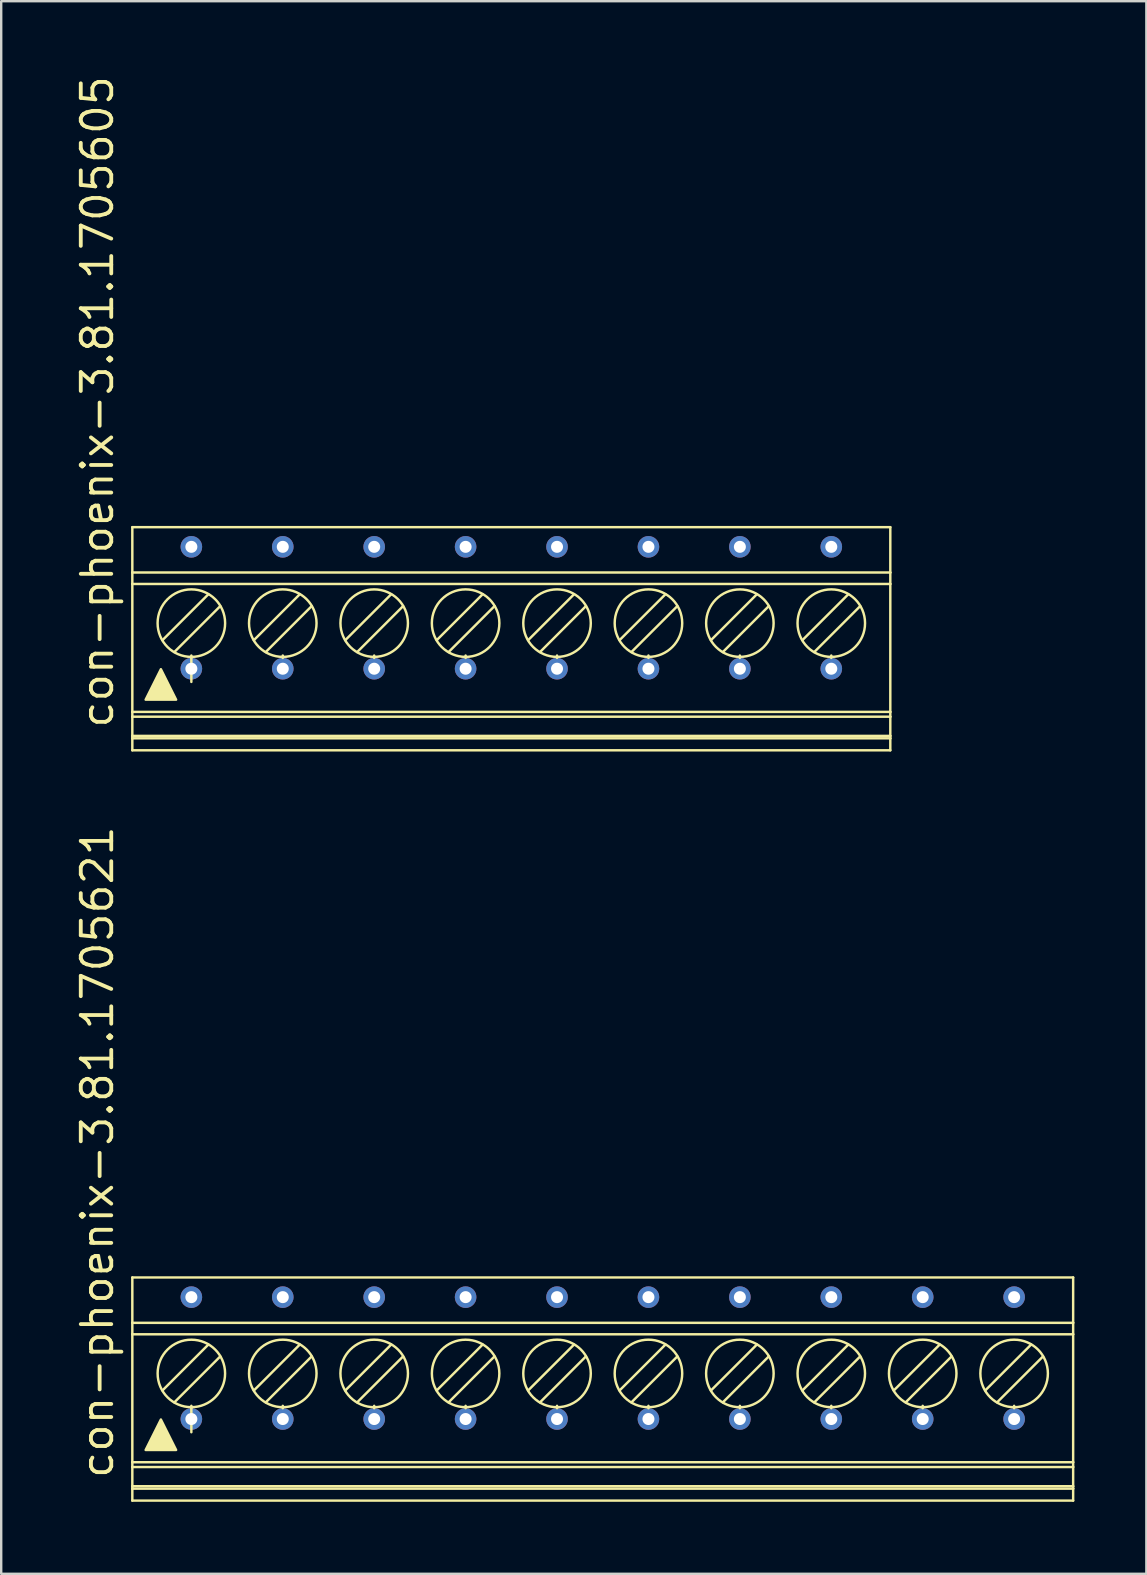
<source format=kicad_pcb>
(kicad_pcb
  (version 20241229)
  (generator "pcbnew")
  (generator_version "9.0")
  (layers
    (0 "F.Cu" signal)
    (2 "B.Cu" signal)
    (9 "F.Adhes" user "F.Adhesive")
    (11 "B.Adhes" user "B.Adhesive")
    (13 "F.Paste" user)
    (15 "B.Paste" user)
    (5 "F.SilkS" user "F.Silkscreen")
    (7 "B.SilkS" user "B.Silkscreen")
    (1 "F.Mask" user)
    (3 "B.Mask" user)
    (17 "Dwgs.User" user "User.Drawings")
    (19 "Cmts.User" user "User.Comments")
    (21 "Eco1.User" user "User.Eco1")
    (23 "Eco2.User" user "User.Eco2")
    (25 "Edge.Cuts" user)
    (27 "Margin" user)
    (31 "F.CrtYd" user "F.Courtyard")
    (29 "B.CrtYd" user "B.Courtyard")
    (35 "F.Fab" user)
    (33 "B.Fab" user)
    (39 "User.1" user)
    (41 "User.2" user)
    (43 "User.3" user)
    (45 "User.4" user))
  (footprint "con-phoenix-3.81.1705605"
    (layer "F.Cu")
    (at 18.26 23.57)
    (property "Reference" "con-phoenix-3.81.1705605" (at -16.51 3.81 90) (layer "F.SilkS") (effects (font (size 1.27 1.27) (thickness 0.16)) (justify left bottom)))
    (attr through_hole)
    (fp_line (start -15.795 -2.76) (end -15.795 -4.65) (stroke (width 0.102) (type default)) (layer "F.SilkS"))
    (fp_line (start -15.795 -2.282) (end -15.795 -2.76) (stroke (width 0.102) (type default)) (layer "F.SilkS"))
    (fp_line (start -15.795 3.05) (end -15.795 -2.282) (stroke (width 0.102) (type default)) (layer "F.SilkS"))
    (fp_line (start -15.795 3.25) (end -15.795 3.05) (stroke (width 0.102) (type default)) (layer "F.SilkS"))
    (fp_line (start -15.795 4.05) (end -15.795 3.25) (stroke (width 0.102) (type default)) (layer "F.SilkS"))
    (fp_line (start -15.795 4.15) (end -15.795 4.05) (stroke (width 0.102) (type default)) (layer "F.SilkS"))
    (fp_line (start -15.795 4.15) (end 15.795 4.15) (stroke (width 0.102) (type default)) (layer "F.SilkS"))
    (fp_line (start -15.795 4.65) (end -15.795 4.15) (stroke (width 0.102) (type default)) (layer "F.SilkS"))
    (fp_line (start -14.046 0.556) (end -12.129 -1.361) (stroke (width 0.102) (type default)) (layer "F.SilkS"))
    (fp_line (start -13.335 0.75) (end -13.335 0.7) (stroke (width 0.102) (type default)) (layer "F.SilkS"))
    (fp_line (start -13.335 0.8) (end -13.335 0.75) (stroke (width 0.102) (type default)) (layer "F.SilkS"))
    (fp_line (start -13.335 0.8) (end -13.335 1.8) (stroke (width 0.102) (type default)) (layer "F.SilkS"))
    (fp_line (start -12.624 -1.856) (end -14.541 0.061) (stroke (width 0.102) (type default)) (layer "F.SilkS"))
    (fp_line (start -10.236 0.556) (end -8.319 -1.361) (stroke (width 0.102) (type default)) (layer "F.SilkS"))
    (fp_line (start -9.525 0.75) (end -9.525 0.7) (stroke (width 0.102) (type default)) (layer "F.SilkS"))
    (fp_line (start -9.525 0.8) (end -9.525 0.75) (stroke (width 0.102) (type default)) (layer "F.SilkS"))
    (fp_line (start -8.814 -1.856) (end -10.731 0.061) (stroke (width 0.102) (type default)) (layer "F.SilkS"))
    (fp_line (start -6.426 0.556) (end -4.509 -1.361) (stroke (width 0.102) (type default)) (layer "F.SilkS"))
    (fp_line (start -5.715 0.75) (end -5.715 0.7) (stroke (width 0.102) (type default)) (layer "F.SilkS"))
    (fp_line (start -5.715 0.8) (end -5.715 0.75) (stroke (width 0.102) (type default)) (layer "F.SilkS"))
    (fp_line (start -5.004 -1.856) (end -6.921 0.061) (stroke (width 0.102) (type default)) (layer "F.SilkS"))
    (fp_line (start -2.616 0.556) (end -0.699 -1.361) (stroke (width 0.102) (type default)) (layer "F.SilkS"))
    (fp_line (start -1.905 0.75) (end -1.905 0.7) (stroke (width 0.102) (type default)) (layer "F.SilkS"))
    (fp_line (start -1.905 0.8) (end -1.905 0.75) (stroke (width 0.102) (type default)) (layer "F.SilkS"))
    (fp_line (start -1.194 -1.856) (end -3.111 0.061) (stroke (width 0.102) (type default)) (layer "F.SilkS"))
    (fp_line (start 1.194 0.556) (end 3.111 -1.361) (stroke (width 0.102) (type default)) (layer "F.SilkS"))
    (fp_line (start 1.905 0.75) (end 1.905 0.7) (stroke (width 0.102) (type default)) (layer "F.SilkS"))
    (fp_line (start 1.905 0.8) (end 1.905 0.75) (stroke (width 0.102) (type default)) (layer "F.SilkS"))
    (fp_line (start 2.616 -1.856) (end 0.699 0.061) (stroke (width 0.102) (type default)) (layer "F.SilkS"))
    (fp_line (start 5.004 0.556) (end 6.921 -1.361) (stroke (width 0.102) (type default)) (layer "F.SilkS"))
    (fp_line (start 5.715 0.75) (end 5.715 0.7) (stroke (width 0.102) (type default)) (layer "F.SilkS"))
    (fp_line (start 5.715 0.8) (end 5.715 0.75) (stroke (width 0.102) (type default)) (layer "F.SilkS"))
    (fp_line (start 6.426 -1.856) (end 4.509 0.061) (stroke (width 0.102) (type default)) (layer "F.SilkS"))
    (fp_line (start 8.814 0.556) (end 10.731 -1.361) (stroke (width 0.102) (type default)) (layer "F.SilkS"))
    (fp_line (start 9.525 0.75) (end 9.525 0.7) (stroke (width 0.102) (type default)) (layer "F.SilkS"))
    (fp_line (start 9.525 0.8) (end 9.525 0.75) (stroke (width 0.102) (type default)) (layer "F.SilkS"))
    (fp_line (start 10.236 -1.856) (end 8.319 0.061) (stroke (width 0.102) (type default)) (layer "F.SilkS"))
    (fp_line (start 12.624 0.556) (end 14.541 -1.361) (stroke (width 0.102) (type default)) (layer "F.SilkS"))
    (fp_line (start 13.335 0.75) (end 13.335 0.7) (stroke (width 0.102) (type default)) (layer "F.SilkS"))
    (fp_line (start 13.335 0.8) (end 13.335 0.75) (stroke (width 0.102) (type default)) (layer "F.SilkS"))
    (fp_line (start 14.046 -1.856) (end 12.129 0.061) (stroke (width 0.102) (type default)) (layer "F.SilkS"))
    (fp_line (start 15.795 -4.65) (end -15.795 -4.65) (stroke (width 0.102) (type default)) (layer "F.SilkS"))
    (fp_line (start 15.795 -2.76) (end -15.795 -2.76) (stroke (width 0.102) (type default)) (layer "F.SilkS"))
    (fp_line (start 15.795 -2.76) (end 15.795 -4.65) (stroke (width 0.102) (type default)) (layer "F.SilkS"))
    (fp_line (start 15.795 -2.76) (end 15.795 -2.282) (stroke (width 0.102) (type default)) (layer "F.SilkS"))
    (fp_line (start 15.795 -2.282) (end -15.795 -2.282) (stroke (width 0.102) (type default)) (layer "F.SilkS"))
    (fp_line (start 15.795 -2.282) (end 15.795 3.05) (stroke (width 0.102) (type default)) (layer "F.SilkS"))
    (fp_line (start 15.795 3.05) (end -15.795 3.05) (stroke (width 0.102) (type default)) (layer "F.SilkS"))
    (fp_line (start 15.795 3.25) (end -15.795 3.25) (stroke (width 0.102) (type default)) (layer "F.SilkS"))
    (fp_line (start 15.795 3.25) (end 15.795 3.05) (stroke (width 0.102) (type default)) (layer "F.SilkS"))
    (fp_line (start 15.795 4.05) (end -15.795 4.05) (stroke (width 0.102) (type default)) (layer "F.SilkS"))
    (fp_line (start 15.795 4.05) (end 15.795 3.25) (stroke (width 0.102) (type default)) (layer "F.SilkS"))
    (fp_line (start 15.795 4.15) (end 15.795 4.05) (stroke (width 0.102) (type default)) (layer "F.SilkS"))
    (fp_line (start 15.795 4.65) (end -15.795 4.65) (stroke (width 0.102) (type default)) (layer "F.SilkS"))
    (fp_line (start 15.795 4.65) (end 15.795 4.15) (stroke (width 0.102) (type default)) (layer "F.SilkS"))
    (fp_circle (center -13.335 -0.65) (end -11.928 -0.65) (stroke (width 0.102) (type default)) (fill no) (layer "F.SilkS"))
    (fp_circle (center -9.525 -0.65) (end -8.118 -0.65) (stroke (width 0.102) (type default)) (fill no) (layer "F.SilkS"))
    (fp_circle (center -5.715 -0.65) (end -4.309 -0.65) (stroke (width 0.102) (type default)) (fill no) (layer "F.SilkS"))
    (fp_circle (center -1.905 -0.65) (end -0.498 -0.65) (stroke (width 0.102) (type default)) (fill no) (layer "F.SilkS"))
    (fp_circle (center 1.905 -0.65) (end 3.312 -0.65) (stroke (width 0.102) (type default)) (fill no) (layer "F.SilkS"))
    (fp_circle (center 5.715 -0.65) (end 7.122 -0.65) (stroke (width 0.102) (type default)) (fill no) (layer "F.SilkS"))
    (fp_circle (center 9.525 -0.65) (end 10.931 -0.65) (stroke (width 0.102) (type default)) (fill no) (layer "F.SilkS"))
    (fp_circle (center 13.335 -0.65) (end 14.742 -0.65) (stroke (width 0.102) (type default)) (fill no) (layer "F.SilkS"))
    (fp_poly (pts (xy -14.605 1.27) (xy -13.97 2.54) (xy -15.24 2.54)) (stroke (width 0.102) (type default)) (fill yes) (layer "F.SilkS"))
    (pad "1.1" thru_hole circle (at -13.335 1.25 90) (size 0.9 0.9) (drill 0.5) (layers "*.Cu" "*.Mask"))
    (pad "1.2" thru_hole circle (at -13.335 -3.83 90) (size 0.9 0.9) (drill 0.5) (layers "*.Cu" "*.Mask"))
    (pad "2.1" thru_hole circle (at -9.525 1.25 90) (size 0.9 0.9) (drill 0.5) (layers "*.Cu" "*.Mask"))
    (pad "2.2" thru_hole circle (at -9.525 -3.83 90) (size 0.9 0.9) (drill 0.5) (layers "*.Cu" "*.Mask"))
    (pad "3.1" thru_hole circle (at -5.715 1.25 90) (size 0.9 0.9) (drill 0.5) (layers "*.Cu" "*.Mask"))
    (pad "3.2" thru_hole circle (at -5.715 -3.83 90) (size 0.9 0.9) (drill 0.5) (layers "*.Cu" "*.Mask"))
    (pad "4.1" thru_hole circle (at -1.905 1.25 90) (size 0.9 0.9) (drill 0.5) (layers "*.Cu" "*.Mask"))
    (pad "4.2" thru_hole circle (at -1.905 -3.83 90) (size 0.9 0.9) (drill 0.5) (layers "*.Cu" "*.Mask"))
    (pad "5.1" thru_hole circle (at 1.905 1.25 90) (size 0.9 0.9) (drill 0.5) (layers "*.Cu" "*.Mask"))
    (pad "5.2" thru_hole circle (at 1.905 -3.83 90) (size 0.9 0.9) (drill 0.5) (layers "*.Cu" "*.Mask"))
    (pad "6.1" thru_hole circle (at 5.715 1.25 90) (size 0.9 0.9) (drill 0.5) (layers "*.Cu" "*.Mask"))
    (pad "6.2" thru_hole circle (at 5.715 -3.83 90) (size 0.9 0.9) (drill 0.5) (layers "*.Cu" "*.Mask"))
    (pad "7.1" thru_hole circle (at 9.525 1.25 90) (size 0.9 0.9) (drill 0.5) (layers "*.Cu" "*.Mask"))
    (pad "7.2" thru_hole circle (at 9.525 -3.83 90) (size 0.9 0.9) (drill 0.5) (layers "*.Cu" "*.Mask"))
    (pad "8.1" thru_hole circle (at 13.335 1.25 90) (size 0.9 0.9) (drill 0.5) (layers "*.Cu" "*.Mask"))
    (pad "8.2" thru_hole circle (at 13.335 -3.83 90) (size 0.9 0.9) (drill 0.5) (layers "*.Cu" "*.Mask")))
  (footprint "con-phoenix-3.81.1705621"
    (layer "F.Cu")
    (at 22.07 54.84)
    (property "Reference" "con-phoenix-3.81.1705621" (at -20.32 3.81 90) (layer "F.SilkS") (effects (font (size 1.27 1.27) (thickness 0.16)) (justify left bottom)))
    (attr through_hole)
    (fp_line (start -19.605 -2.76) (end -19.605 -4.65) (stroke (width 0.102) (type default)) (layer "F.SilkS"))
    (fp_line (start -19.605 -2.282) (end -19.605 -2.76) (stroke (width 0.102) (type default)) (layer "F.SilkS"))
    (fp_line (start -19.605 3.05) (end -19.605 -2.282) (stroke (width 0.102) (type default)) (layer "F.SilkS"))
    (fp_line (start -19.605 3.25) (end -19.605 3.05) (stroke (width 0.102) (type default)) (layer "F.SilkS"))
    (fp_line (start -19.605 4.05) (end -19.605 3.25) (stroke (width 0.102) (type default)) (layer "F.SilkS"))
    (fp_line (start -19.605 4.15) (end -19.605 4.05) (stroke (width 0.102) (type default)) (layer "F.SilkS"))
    (fp_line (start -19.605 4.15) (end 19.605 4.15) (stroke (width 0.102) (type default)) (layer "F.SilkS"))
    (fp_line (start -19.605 4.65) (end -19.605 4.15) (stroke (width 0.102) (type default)) (layer "F.SilkS"))
    (fp_line (start -17.856 0.556) (end -15.939 -1.361) (stroke (width 0.102) (type default)) (layer "F.SilkS"))
    (fp_line (start -17.145 0.75) (end -17.145 0.7) (stroke (width 0.102) (type default)) (layer "F.SilkS"))
    (fp_line (start -17.145 0.8) (end -17.145 0.75) (stroke (width 0.102) (type default)) (layer "F.SilkS"))
    (fp_line (start -17.145 0.8) (end -17.145 1.8) (stroke (width 0.102) (type default)) (layer "F.SilkS"))
    (fp_line (start -16.434 -1.856) (end -18.351 0.061) (stroke (width 0.102) (type default)) (layer "F.SilkS"))
    (fp_line (start -14.046 0.556) (end -12.129 -1.361) (stroke (width 0.102) (type default)) (layer "F.SilkS"))
    (fp_line (start -13.335 0.75) (end -13.335 0.7) (stroke (width 0.102) (type default)) (layer "F.SilkS"))
    (fp_line (start -13.335 0.8) (end -13.335 0.75) (stroke (width 0.102) (type default)) (layer "F.SilkS"))
    (fp_line (start -12.624 -1.856) (end -14.541 0.061) (stroke (width 0.102) (type default)) (layer "F.SilkS"))
    (fp_line (start -10.236 0.556) (end -8.319 -1.361) (stroke (width 0.102) (type default)) (layer "F.SilkS"))
    (fp_line (start -9.525 0.75) (end -9.525 0.7) (stroke (width 0.102) (type default)) (layer "F.SilkS"))
    (fp_line (start -9.525 0.8) (end -9.525 0.75) (stroke (width 0.102) (type default)) (layer "F.SilkS"))
    (fp_line (start -8.814 -1.856) (end -10.731 0.061) (stroke (width 0.102) (type default)) (layer "F.SilkS"))
    (fp_line (start -6.426 0.556) (end -4.509 -1.361) (stroke (width 0.102) (type default)) (layer "F.SilkS"))
    (fp_line (start -5.715 0.75) (end -5.715 0.7) (stroke (width 0.102) (type default)) (layer "F.SilkS"))
    (fp_line (start -5.715 0.8) (end -5.715 0.75) (stroke (width 0.102) (type default)) (layer "F.SilkS"))
    (fp_line (start -5.004 -1.856) (end -6.921 0.061) (stroke (width 0.102) (type default)) (layer "F.SilkS"))
    (fp_line (start -2.616 0.556) (end -0.699 -1.361) (stroke (width 0.102) (type default)) (layer "F.SilkS"))
    (fp_line (start -1.905 0.75) (end -1.905 0.7) (stroke (width 0.102) (type default)) (layer "F.SilkS"))
    (fp_line (start -1.905 0.8) (end -1.905 0.75) (stroke (width 0.102) (type default)) (layer "F.SilkS"))
    (fp_line (start -1.194 -1.856) (end -3.111 0.061) (stroke (width 0.102) (type default)) (layer "F.SilkS"))
    (fp_line (start 1.194 0.556) (end 3.111 -1.361) (stroke (width 0.102) (type default)) (layer "F.SilkS"))
    (fp_line (start 1.905 0.75) (end 1.905 0.7) (stroke (width 0.102) (type default)) (layer "F.SilkS"))
    (fp_line (start 1.905 0.8) (end 1.905 0.75) (stroke (width 0.102) (type default)) (layer "F.SilkS"))
    (fp_line (start 2.616 -1.856) (end 0.699 0.061) (stroke (width 0.102) (type default)) (layer "F.SilkS"))
    (fp_line (start 5.004 0.556) (end 6.921 -1.361) (stroke (width 0.102) (type default)) (layer "F.SilkS"))
    (fp_line (start 5.715 0.75) (end 5.715 0.7) (stroke (width 0.102) (type default)) (layer "F.SilkS"))
    (fp_line (start 5.715 0.8) (end 5.715 0.75) (stroke (width 0.102) (type default)) (layer "F.SilkS"))
    (fp_line (start 6.426 -1.856) (end 4.509 0.061) (stroke (width 0.102) (type default)) (layer "F.SilkS"))
    (fp_line (start 8.814 0.556) (end 10.731 -1.361) (stroke (width 0.102) (type default)) (layer "F.SilkS"))
    (fp_line (start 9.525 0.75) (end 9.525 0.7) (stroke (width 0.102) (type default)) (layer "F.SilkS"))
    (fp_line (start 9.525 0.8) (end 9.525 0.75) (stroke (width 0.102) (type default)) (layer "F.SilkS"))
    (fp_line (start 10.236 -1.856) (end 8.319 0.061) (stroke (width 0.102) (type default)) (layer "F.SilkS"))
    (fp_line (start 12.624 0.556) (end 14.541 -1.361) (stroke (width 0.102) (type default)) (layer "F.SilkS"))
    (fp_line (start 13.335 0.75) (end 13.335 0.7) (stroke (width 0.102) (type default)) (layer "F.SilkS"))
    (fp_line (start 13.335 0.8) (end 13.335 0.75) (stroke (width 0.102) (type default)) (layer "F.SilkS"))
    (fp_line (start 14.046 -1.856) (end 12.129 0.061) (stroke (width 0.102) (type default)) (layer "F.SilkS"))
    (fp_line (start 16.434 0.556) (end 18.351 -1.361) (stroke (width 0.102) (type default)) (layer "F.SilkS"))
    (fp_line (start 17.145 0.75) (end 17.145 0.7) (stroke (width 0.102) (type default)) (layer "F.SilkS"))
    (fp_line (start 17.145 0.8) (end 17.145 0.75) (stroke (width 0.102) (type default)) (layer "F.SilkS"))
    (fp_line (start 17.856 -1.856) (end 15.939 0.061) (stroke (width 0.102) (type default)) (layer "F.SilkS"))
    (fp_line (start 19.605 -4.65) (end -19.605 -4.65) (stroke (width 0.102) (type default)) (layer "F.SilkS"))
    (fp_line (start 19.605 -2.76) (end -19.605 -2.76) (stroke (width 0.102) (type default)) (layer "F.SilkS"))
    (fp_line (start 19.605 -2.76) (end 19.605 -4.65) (stroke (width 0.102) (type default)) (layer "F.SilkS"))
    (fp_line (start 19.605 -2.76) (end 19.605 -2.282) (stroke (width 0.102) (type default)) (layer "F.SilkS"))
    (fp_line (start 19.605 -2.282) (end -19.605 -2.282) (stroke (width 0.102) (type default)) (layer "F.SilkS"))
    (fp_line (start 19.605 -2.282) (end 19.605 3.05) (stroke (width 0.102) (type default)) (layer "F.SilkS"))
    (fp_line (start 19.605 3.05) (end -19.605 3.05) (stroke (width 0.102) (type default)) (layer "F.SilkS"))
    (fp_line (start 19.605 3.25) (end -19.605 3.25) (stroke (width 0.102) (type default)) (layer "F.SilkS"))
    (fp_line (start 19.605 3.25) (end 19.605 3.05) (stroke (width 0.102) (type default)) (layer "F.SilkS"))
    (fp_line (start 19.605 4.05) (end -19.605 4.05) (stroke (width 0.102) (type default)) (layer "F.SilkS"))
    (fp_line (start 19.605 4.05) (end 19.605 3.25) (stroke (width 0.102) (type default)) (layer "F.SilkS"))
    (fp_line (start 19.605 4.15) (end 19.605 4.05) (stroke (width 0.102) (type default)) (layer "F.SilkS"))
    (fp_line (start 19.605 4.65) (end -19.605 4.65) (stroke (width 0.102) (type default)) (layer "F.SilkS"))
    (fp_line (start 19.605 4.65) (end 19.605 4.15) (stroke (width 0.102) (type default)) (layer "F.SilkS"))
    (fp_circle (center -17.145 -0.65) (end -15.739 -0.65) (stroke (width 0.102) (type default)) (fill no) (layer "F.SilkS"))
    (fp_circle (center -13.335 -0.65) (end -11.928 -0.65) (stroke (width 0.102) (type default)) (fill no) (layer "F.SilkS"))
    (fp_circle (center -9.525 -0.65) (end -8.118 -0.65) (stroke (width 0.102) (type default)) (fill no) (layer "F.SilkS"))
    (fp_circle (center -5.715 -0.65) (end -4.309 -0.65) (stroke (width 0.102) (type default)) (fill no) (layer "F.SilkS"))
    (fp_circle (center -1.905 -0.65) (end -0.498 -0.65) (stroke (width 0.102) (type default)) (fill no) (layer "F.SilkS"))
    (fp_circle (center 1.905 -0.65) (end 3.312 -0.65) (stroke (width 0.102) (type default)) (fill no) (layer "F.SilkS"))
    (fp_circle (center 5.715 -0.65) (end 7.122 -0.65) (stroke (width 0.102) (type default)) (fill no) (layer "F.SilkS"))
    (fp_circle (center 9.525 -0.65) (end 10.931 -0.65) (stroke (width 0.102) (type default)) (fill no) (layer "F.SilkS"))
    (fp_circle (center 13.335 -0.65) (end 14.742 -0.65) (stroke (width 0.102) (type default)) (fill no) (layer "F.SilkS"))
    (fp_circle (center 17.145 -0.65) (end 18.552 -0.65) (stroke (width 0.102) (type default)) (fill no) (layer "F.SilkS"))
    (fp_poly (pts (xy -18.415 1.27) (xy -17.78 2.54) (xy -19.05 2.54)) (stroke (width 0.102) (type default)) (fill yes) (layer "F.SilkS"))
    (pad "1.1" thru_hole circle (at -17.145 1.25 90) (size 0.9 0.9) (drill 0.5) (layers "*.Cu" "*.Mask"))
    (pad "1.2" thru_hole circle (at -17.145 -3.83 90) (size 0.9 0.9) (drill 0.5) (layers "*.Cu" "*.Mask"))
    (pad "2.1" thru_hole circle (at -13.335 1.25 90) (size 0.9 0.9) (drill 0.5) (layers "*.Cu" "*.Mask"))
    (pad "2.2" thru_hole circle (at -13.335 -3.83 90) (size 0.9 0.9) (drill 0.5) (layers "*.Cu" "*.Mask"))
    (pad "3.1" thru_hole circle (at -9.525 1.25 90) (size 0.9 0.9) (drill 0.5) (layers "*.Cu" "*.Mask"))
    (pad "3.2" thru_hole circle (at -9.525 -3.83 90) (size 0.9 0.9) (drill 0.5) (layers "*.Cu" "*.Mask"))
    (pad "4.1" thru_hole circle (at -5.715 1.25 90) (size 0.9 0.9) (drill 0.5) (layers "*.Cu" "*.Mask"))
    (pad "4.2" thru_hole circle (at -5.715 -3.83 90) (size 0.9 0.9) (drill 0.5) (layers "*.Cu" "*.Mask"))
    (pad "5.1" thru_hole circle (at -1.905 1.25 90) (size 0.9 0.9) (drill 0.5) (layers "*.Cu" "*.Mask"))
    (pad "5.2" thru_hole circle (at -1.905 -3.83 90) (size 0.9 0.9) (drill 0.5) (layers "*.Cu" "*.Mask"))
    (pad "6.1" thru_hole circle (at 1.905 1.25 90) (size 0.9 0.9) (drill 0.5) (layers "*.Cu" "*.Mask"))
    (pad "6.2" thru_hole circle (at 1.905 -3.83 90) (size 0.9 0.9) (drill 0.5) (layers "*.Cu" "*.Mask"))
    (pad "7.1" thru_hole circle (at 5.715 1.25 90) (size 0.9 0.9) (drill 0.5) (layers "*.Cu" "*.Mask"))
    (pad "7.2" thru_hole circle (at 5.715 -3.83 90) (size 0.9 0.9) (drill 0.5) (layers "*.Cu" "*.Mask"))
    (pad "8.1" thru_hole circle (at 9.525 1.25 90) (size 0.9 0.9) (drill 0.5) (layers "*.Cu" "*.Mask"))
    (pad "8.2" thru_hole circle (at 9.525 -3.83 90) (size 0.9 0.9) (drill 0.5) (layers "*.Cu" "*.Mask"))
    (pad "9.1" thru_hole circle (at 13.335 1.25 90) (size 0.9 0.9) (drill 0.5) (layers "*.Cu" "*.Mask"))
    (pad "9.2" thru_hole circle (at 13.335 -3.83 90) (size 0.9 0.9) (drill 0.5) (layers "*.Cu" "*.Mask"))
    (pad "10.1" thru_hole circle (at 17.145 1.25 90) (size 0.9 0.9) (drill 0.5) (layers "*.Cu" "*.Mask"))
    (pad "10.2" thru_hole circle (at 17.145 -3.83 90) (size 0.9 0.9) (drill 0.5) (layers "*.Cu" "*.Mask")))
  (gr_rect
    (start -3 -3)
    (end 44.726 62.541)
    (stroke (width 0.1) (type default))
    (fill no)
    (layer "Edge.Cuts")))
</source>
